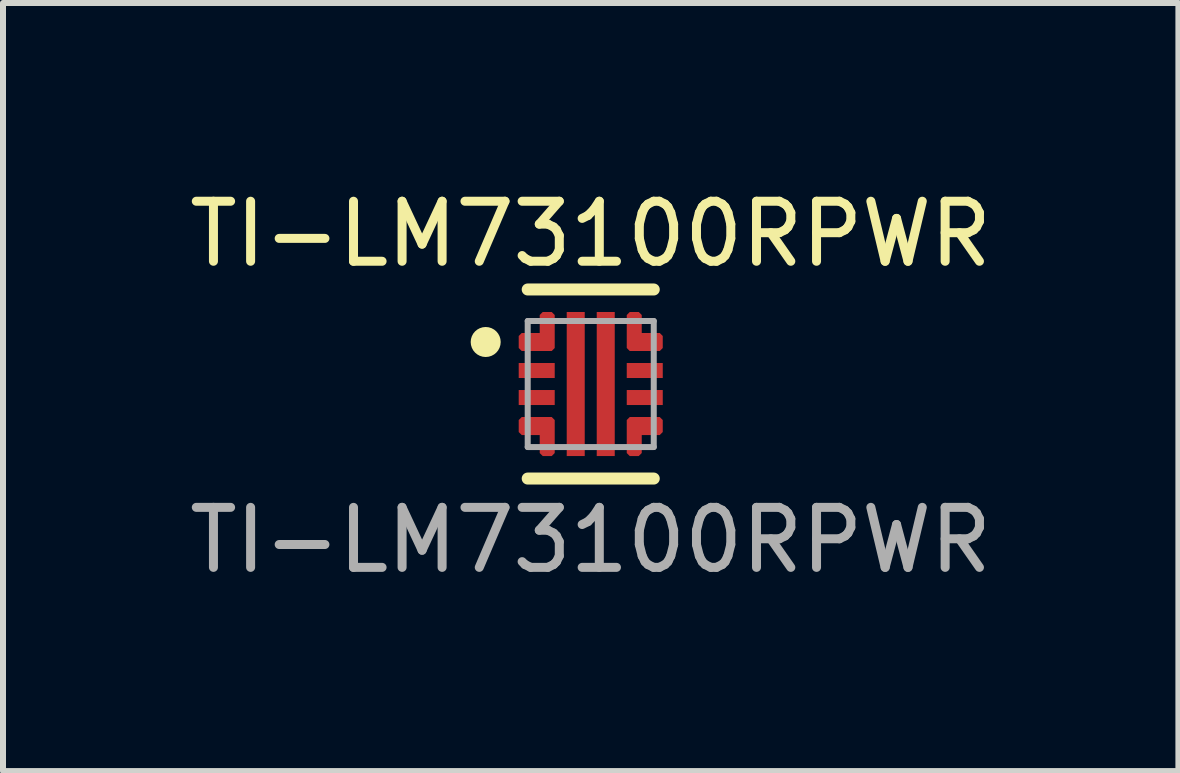
<source format=kicad_pcb>
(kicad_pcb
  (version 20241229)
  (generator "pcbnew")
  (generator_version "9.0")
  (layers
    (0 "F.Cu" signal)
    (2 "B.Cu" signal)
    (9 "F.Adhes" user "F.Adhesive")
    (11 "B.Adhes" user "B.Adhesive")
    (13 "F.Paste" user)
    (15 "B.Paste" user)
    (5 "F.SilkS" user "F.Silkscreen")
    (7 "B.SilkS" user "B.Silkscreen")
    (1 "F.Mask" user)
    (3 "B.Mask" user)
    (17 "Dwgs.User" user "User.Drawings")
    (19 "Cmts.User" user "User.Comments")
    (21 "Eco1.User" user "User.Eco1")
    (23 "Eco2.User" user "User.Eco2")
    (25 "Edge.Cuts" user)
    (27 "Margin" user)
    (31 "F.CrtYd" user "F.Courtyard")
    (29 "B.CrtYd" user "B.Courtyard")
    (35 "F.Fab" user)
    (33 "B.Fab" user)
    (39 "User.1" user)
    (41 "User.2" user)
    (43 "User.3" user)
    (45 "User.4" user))
  (footprint "TI-LM73100RPWR"
    (layer "F.Cu")
    (at 6.792 3.348)
    (property "Reference" "TI-LM73100RPWR" (at 0 -2.5 0) (unlocked yes) (layer "F.SilkS") (effects (font (size 1 1) (thickness 0.15))))
    (attr smd)
    (fp_poly (pts (xy -0.85 -0.85) (xy -0.85 -1.15) (xy -0.8 -1.2) (xy -0.65 -1.2) (xy -0.6 -1.15) (xy -0.6 -0.6) (xy -0.65 -0.55) (xy -1.15 -0.55) (xy -1.2 -0.6) (xy -1.2 -0.8) (xy -1.15 -0.85)) (stroke (width 0) (type solid)) (fill yes) (layer "F.Cu"))
    (fp_poly (pts (xy -0.85 0.85) (xy -0.85 1.15) (xy -0.8 1.2) (xy -0.65 1.2) (xy -0.6 1.15) (xy -0.6 0.6) (xy -0.65 0.55) (xy -1.15 0.55) (xy -1.2 0.6) (xy -1.2 0.8) (xy -1.15 0.85)) (stroke (width 0) (type solid)) (fill yes) (layer "F.Cu"))
    (fp_poly (pts (xy 0.85 -0.85) (xy 0.85 -1.15) (xy 0.8 -1.2) (xy 0.65 -1.2) (xy 0.6 -1.15) (xy 0.6 -0.6) (xy 0.65 -0.55) (xy 1.15 -0.55) (xy 1.2 -0.6) (xy 1.2 -0.8) (xy 1.15 -0.85)) (stroke (width 0) (type solid)) (fill yes) (layer "F.Cu"))
    (fp_poly (pts (xy 0.85 0.85) (xy 0.85 1.15) (xy 0.8 1.2) (xy 0.65 1.2) (xy 0.6 1.15) (xy 0.6 0.6) (xy 0.65 0.55) (xy 1.15 0.55) (xy 1.2 0.6) (xy 1.2 0.8) (xy 1.15 0.85)) (stroke (width 0) (type solid)) (fill yes) (layer "F.Cu"))
    (fp_poly (pts (xy -0.85 -0.85) (xy -0.85 -1.15) (xy -0.8 -1.2) (xy -0.65 -1.2) (xy -0.6 -1.15) (xy -0.6 -0.6) (xy -0.65 -0.55) (xy -1.15 -0.55) (xy -1.2 -0.6) (xy -1.2 -0.8) (xy -1.15 -0.85)) (stroke (width 0) (type solid)) (fill yes) (layer "F.Mask"))
    (fp_poly (pts (xy -0.85 0.85) (xy -1.15 0.85) (xy -1.2 0.8) (xy -1.2 0.6) (xy -1.15 0.55) (xy -0.65 0.55) (xy -0.6 0.6) (xy -0.6 1.15) (xy -0.65 1.2) (xy -0.8 1.2) (xy -0.85 1.15)) (stroke (width 0) (type solid)) (fill yes) (layer "F.Mask"))
    (fp_poly (pts (xy 0.85 -0.85) (xy 1.15 -0.85) (xy 1.2 -0.8) (xy 1.2 -0.6) (xy 1.15 -0.55) (xy 0.65 -0.55) (xy 0.6 -0.6) (xy 0.6 -1.15) (xy 0.65 -1.2) (xy 0.8 -1.2) (xy 0.85 -1.15)) (stroke (width 0) (type solid)) (fill yes) (layer "F.Mask"))
    (fp_poly (pts (xy 0.85 0.85) (xy 0.85 1.15) (xy 0.8 1.2) (xy 0.65 1.2) (xy 0.6 1.15) (xy 0.6 0.6) (xy 0.65 0.55) (xy 1.15 0.55) (xy 1.2 0.6) (xy 1.2 0.8) (xy 1.15 0.85)) (stroke (width 0) (type solid)) (fill yes) (layer "F.Mask"))
    (fp_line (start -1.05 -1.575) (end 1.05 -1.575) (stroke (width 0.2) (type solid)) (layer "F.SilkS"))
    (fp_line (start -1.05 1.575) (end 1.05 1.575) (stroke (width 0.2) (type solid)) (layer "F.SilkS"))
    (fp_circle (center -1.75 -0.7) (end -1.625 -0.7) (stroke (width 0.25) (type solid)) (fill no) (layer "F.SilkS"))
    (fp_poly (pts (xy -0.34 1.16) (xy -0.39 1.11) (xy -0.39 0.15) (xy -0.34 0.1) (xy -0.16 0.1) (xy -0.11 0.15) (xy -0.11 1.11) (xy -0.16 1.16)) (stroke (width 0) (type solid)) (fill yes) (layer "F.Paste"))
    (fp_poly (pts (xy -0.11 -1.11) (xy -0.11 -0.15) (xy -0.16 -0.1) (xy -0.34 -0.1) (xy -0.39 -0.15) (xy -0.39 -1.11) (xy -0.34 -1.16) (xy -0.16 -1.16)) (stroke (width 0) (type solid)) (fill yes) (layer "F.Paste"))
    (fp_poly (pts (xy 0.39 -0.15) (xy 0.34 -0.1) (xy 0.16 -0.1) (xy 0.11 -0.15) (xy 0.11 -1.11) (xy 0.16 -1.16) (xy 0.34 -1.16) (xy 0.39 -1.11)) (stroke (width 0) (type solid)) (fill yes) (layer "F.Paste"))
    (fp_poly (pts (xy 0.39 1.11) (xy 0.34 1.16) (xy 0.16 1.16) (xy 0.11 1.11) (xy 0.11 0.15) (xy 0.16 0.1) (xy 0.34 0.1) (xy 0.39 0.15)) (stroke (width 0) (type solid)) (fill yes) (layer "F.Paste"))
    (fp_poly (pts (xy -0.825 -0.825) (xy -0.825 -1.15) (xy -0.775 -1.2) (xy -0.65 -1.2) (xy -0.6 -1.15) (xy -0.6 -0.6) (xy -0.65 -0.55) (xy -1.15 -0.55) (xy -1.2 -0.6) (xy -1.2 -0.775) (xy -1.15 -0.825)) (stroke (width 0) (type solid)) (fill yes) (layer "F.Paste"))
    (fp_poly (pts (xy -0.825 0.825) (xy -0.825 1.15) (xy -0.775 1.2) (xy -0.65 1.2) (xy -0.6 1.15) (xy -0.6 0.6) (xy -0.65 0.55) (xy -1.15 0.55) (xy -1.2 0.6) (xy -1.2 0.775) (xy -1.15 0.825)) (stroke (width 0) (type solid)) (fill yes) (layer "F.Paste"))
    (fp_poly (pts (xy 0.825 -0.825) (xy 0.825 -1.15) (xy 0.775 -1.2) (xy 0.65 -1.2) (xy 0.6 -1.15) (xy 0.6 -0.6) (xy 0.65 -0.55) (xy 1.15 -0.55) (xy 1.2 -0.6) (xy 1.2 -0.775) (xy 1.15 -0.825)) (stroke (width 0) (type solid)) (fill yes) (layer "F.Paste"))
    (fp_poly (pts (xy 0.825 0.825) (xy 0.825 1.15) (xy 0.775 1.2) (xy 0.65 1.2) (xy 0.6 1.15) (xy 0.6 0.6) (xy 0.65 0.55) (xy 1.15 0.55) (xy 1.2 0.6) (xy 1.2 0.775) (xy 1.15 0.825)) (stroke (width 0) (type solid)) (fill yes) (layer "F.Paste"))
    (fp_line (start -1.05 -1.05) (end 1.05 -1.05) (stroke (width 0.1) (type solid)) (layer "F.Fab"))
    (fp_line (start -1.05 1.05) (end -1.05 -1.05) (stroke (width 0.1) (type solid)) (layer "F.Fab"))
    (fp_line (start -1.05 1.05) (end 1.05 1.05) (stroke (width 0.1) (type solid)) (layer "F.Fab"))
    (fp_line (start 1.05 1.05) (end 1.05 -1.05) (stroke (width 0.1) (type solid)) (layer "F.Fab"))
    (fp_text user "${REFERENCE}" (at 0 2.6 0) (unlocked yes) (layer "F.Fab") (effects (font (size 1 1) (thickness 0.15))))
    (pad "1" smd circle (at -0.75 -0.7) (size 0.27 0.27) (layers "F.Cu" "F.Mask"))
    (pad "2" smd rect (at -0.9 -0.225) (size 0.6 0.25) (layers "F.Cu" "F.Mask" "F.Paste"))
    (pad "3" smd rect (at -0.9 0.225) (size 0.6 0.25) (layers "F.Cu" "F.Mask" "F.Paste"))
    (pad "4" smd circle (at -0.75 0.75) (size 0.255 0.255) (layers "F.Cu" "F.Mask"))
    (pad "5" smd rect (at -0.25 0) (size 0.3 2.4) (layers "F.Cu" "F.Mask"))
    (pad "6" smd rect (at 0.25 0) (size 0.3 2.4) (layers "F.Cu" "F.Mask"))
    (pad "7" smd circle (at 0.75 0.75) (size 0.255 0.255) (layers "F.Cu" "F.Mask"))
    (pad "8" smd rect (at 0.9 0.225) (size 0.6 0.25) (layers "F.Cu" "F.Mask" "F.Paste"))
    (pad "9" smd rect (at 0.9 -0.225) (size 0.6 0.25) (layers "F.Cu" "F.Mask" "F.Paste"))
    (pad "10" smd circle (at 0.75 -0.7) (size 0.27 0.27) (layers "F.Cu" "F.Mask")))
  (gr_rect
    (start -3 -3)
    (end 16.583 9.796)
    (stroke (width 0.1) (type default))
    (fill no)
    (layer "Edge.Cuts")))
</source>
